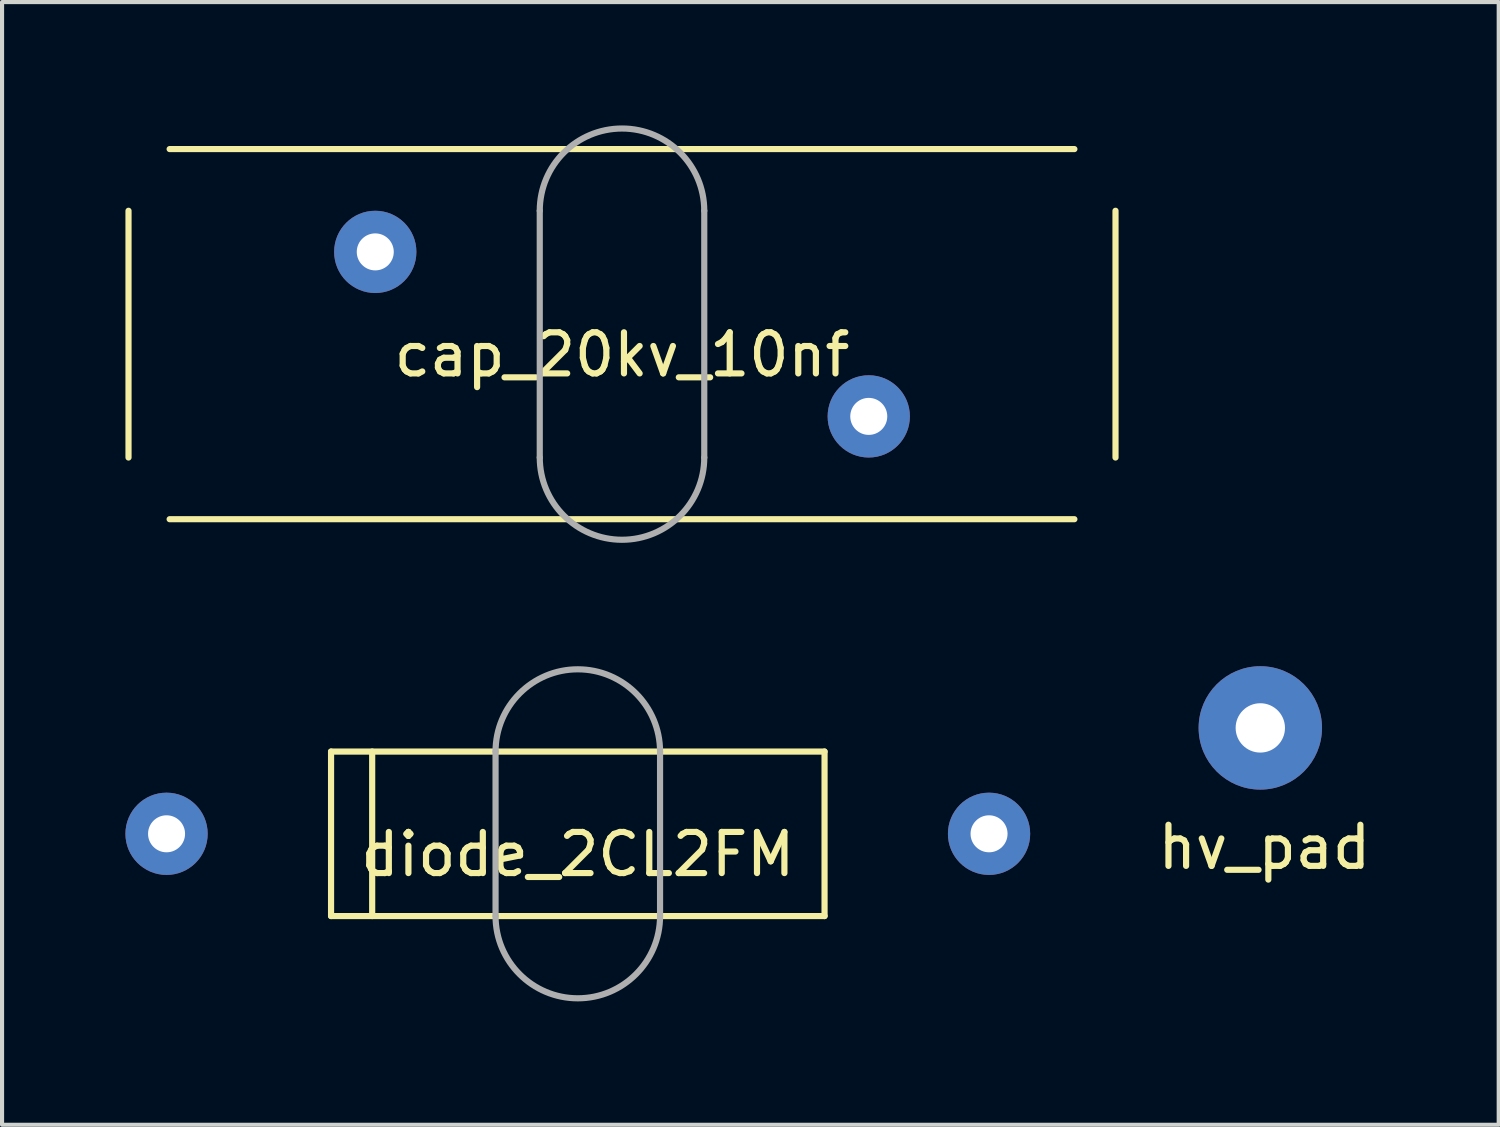
<source format=kicad_pcb>
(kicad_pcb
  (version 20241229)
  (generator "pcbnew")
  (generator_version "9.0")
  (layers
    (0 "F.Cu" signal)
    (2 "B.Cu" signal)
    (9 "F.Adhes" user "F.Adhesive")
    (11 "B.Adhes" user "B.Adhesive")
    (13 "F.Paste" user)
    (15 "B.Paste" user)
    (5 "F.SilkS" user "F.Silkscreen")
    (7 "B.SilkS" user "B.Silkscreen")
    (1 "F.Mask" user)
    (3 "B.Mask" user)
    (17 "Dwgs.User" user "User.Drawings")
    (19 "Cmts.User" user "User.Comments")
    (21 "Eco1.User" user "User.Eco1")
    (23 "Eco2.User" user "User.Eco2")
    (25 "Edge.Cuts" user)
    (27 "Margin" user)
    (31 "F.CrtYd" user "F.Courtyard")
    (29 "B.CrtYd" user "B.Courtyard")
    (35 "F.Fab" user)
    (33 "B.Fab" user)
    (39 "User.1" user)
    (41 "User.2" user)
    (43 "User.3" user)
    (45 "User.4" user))
  (footprint "hv_pad"
    (layer "F.Cu")
    (at 27.596 14.65)
    (property "Reference" "hv_pad" (at 0.1 2.9 0) (layer "F.SilkS") (effects (font (size 1 1) (thickness 0.15))))
    (attr through_hole)
    (pad "1" thru_hole circle (at 0 0) (size 3 3) (drill 1.2) (layers "*.Mask" "B.Cu")))
  (footprint "diode_2CL2FM"
    (layer "F.Cu")
    (at 11 17.225)
    (property "Reference" "diode_2CL2FM" (at 0 0.5 0) (layer "F.SilkS") (effects (font (size 1 1) (thickness 0.15))))
    (attr through_hole)
    (fp_line (start -6 -2) (end 6 -2) (stroke (width 0.15) (type solid)) (layer "F.SilkS"))
    (fp_line (start -6 2) (end -6 -2) (stroke (width 0.15) (type solid)) (layer "F.SilkS"))
    (fp_line (start -5 -2) (end -5 2) (stroke (width 0.15) (type solid)) (layer "F.SilkS"))
    (fp_line (start 6 -2) (end 6 2) (stroke (width 0.15) (type solid)) (layer "F.SilkS"))
    (fp_line (start 6 2) (end -6 2) (stroke (width 0.15) (type solid)) (layer "F.SilkS"))
    (fp_line (start -2 2) (end -2 -2) (stroke (width 0.15) (type solid)) (layer "F.Fab"))
    (fp_line (start 2 -2) (end 2 2) (stroke (width 0.15) (type solid)) (layer "F.Fab"))
    (fp_arc (start -2 -2) (mid 0 -4) (end 2 -2) (stroke (width 0.15) (type solid)) (layer "F.Fab"))
    (fp_arc (start 2 2) (mid 0 4) (end -2 2) (stroke (width 0.15) (type solid)) (layer "F.Fab"))
    (pad "1" thru_hole circle (at -10 0) (size 2 2) (drill 0.9) (layers "*.Mask" "B.Cu"))
    (pad "2" thru_hole circle (at 10 0) (size 2 2) (drill 0.9) (layers "*.Mask" "B.Cu")))
  (footprint "cap_20kv_10nf"
    (layer "F.Cu")
    (at 12.075 5.075)
    (property "Reference" "cap_20kv_10nf" (at 0 0.5 0) (layer "F.SilkS") (effects (font (size 1 1) (thickness 0.15))))
    (attr through_hole)
    (fp_line (start -12 3) (end -12 -3) (stroke (width 0.15) (type solid)) (layer "F.SilkS"))
    (fp_line (start -11 -4.5) (end 11 -4.5) (stroke (width 0.15) (type solid)) (layer "F.SilkS"))
    (fp_line (start 11 4.5) (end -11 4.5) (stroke (width 0.15) (type solid)) (layer "F.SilkS"))
    (fp_line (start 12 -3) (end 12 3) (stroke (width 0.15) (type solid)) (layer "F.SilkS"))
    (fp_line (start -2 3) (end -2 -3) (stroke (width 0.15) (type solid)) (layer "F.Fab"))
    (fp_line (start 2 3) (end 2 -3) (stroke (width 0.15) (type solid)) (layer "F.Fab"))
    (fp_arc (start -2 -3) (mid 0 -5) (end 2 -3) (stroke (width 0.15) (type solid)) (layer "F.Fab"))
    (fp_arc (start 2 3) (mid 0 5) (end -2 3) (stroke (width 0.15) (type solid)) (layer "F.Fab"))
    (pad "1" thru_hole circle (at -6 -2) (size 2 2) (drill 0.9) (layers "*.Mask" "B.Cu"))
    (pad "2" thru_hole circle (at 6 2) (size 2 2) (drill 0.9) (layers "*.Mask" "B.Cu")))
  (gr_rect
    (start -3 -3)
    (end 33.393 24.3)
    (stroke (width 0.1) (type default))
    (fill no)
    (layer "Edge.Cuts")))
</source>
